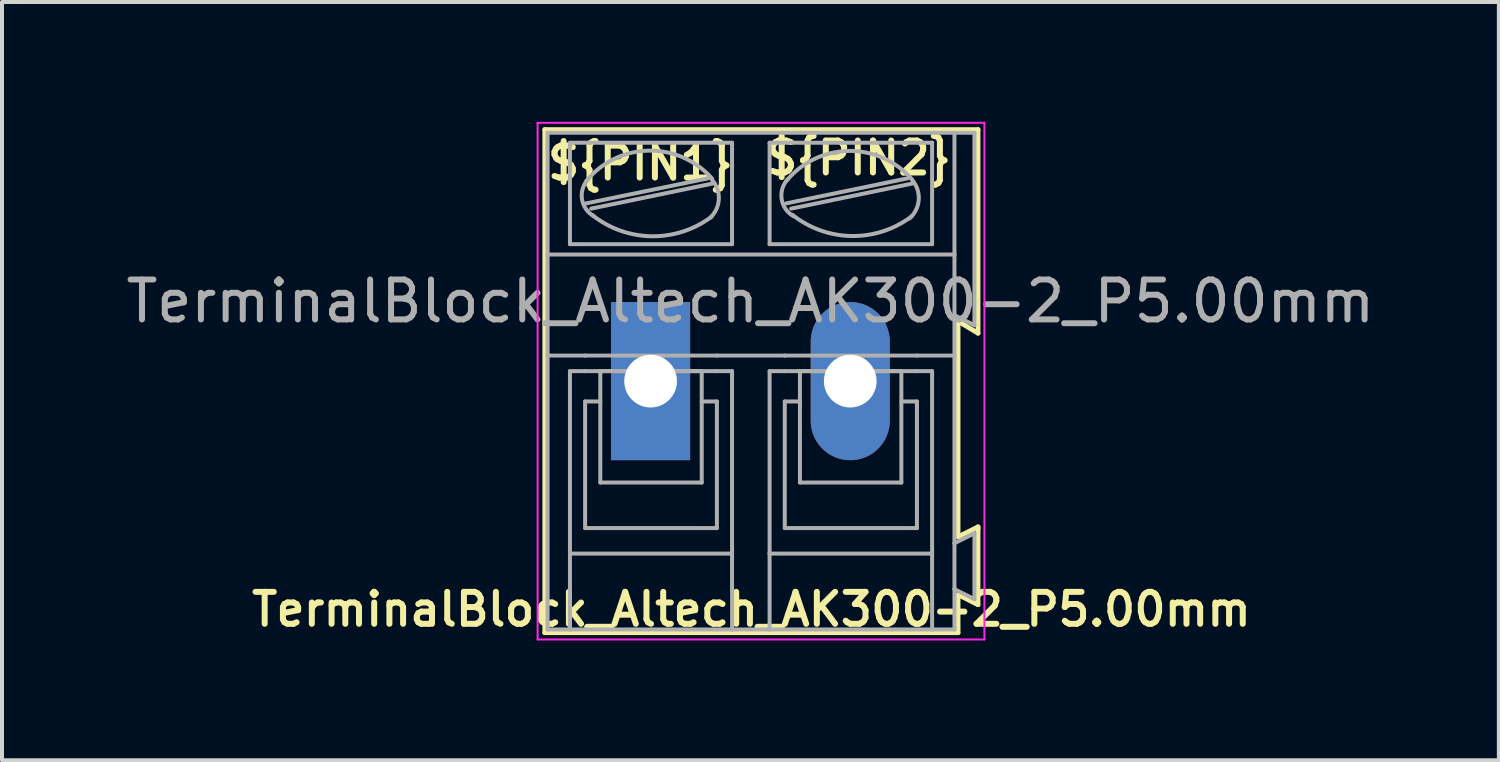
<source format=kicad_pcb>
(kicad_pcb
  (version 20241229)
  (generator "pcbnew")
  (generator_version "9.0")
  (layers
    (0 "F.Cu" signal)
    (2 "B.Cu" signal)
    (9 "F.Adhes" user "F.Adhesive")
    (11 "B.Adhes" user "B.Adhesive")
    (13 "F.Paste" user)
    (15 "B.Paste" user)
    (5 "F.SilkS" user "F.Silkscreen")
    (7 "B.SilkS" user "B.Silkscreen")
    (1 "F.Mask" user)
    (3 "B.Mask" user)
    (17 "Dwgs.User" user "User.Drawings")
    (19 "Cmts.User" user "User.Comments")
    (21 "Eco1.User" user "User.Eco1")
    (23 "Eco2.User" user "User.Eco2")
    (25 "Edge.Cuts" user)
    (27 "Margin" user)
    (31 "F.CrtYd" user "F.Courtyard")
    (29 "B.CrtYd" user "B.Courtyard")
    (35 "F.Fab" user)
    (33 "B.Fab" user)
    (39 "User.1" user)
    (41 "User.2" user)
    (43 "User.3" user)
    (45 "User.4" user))
  (footprint "TerminalBlock_Altech_AK300-2_P5.00mm"
    (layer "F.Cu")
    (at 13.244 6.495)
    (property "Reference" "TerminalBlock_Altech_AK300-2_P5.00mm" (at 2.525 5.715 0) (layer "F.SilkS") (effects (font (size 0.8 0.8) (thickness 0.15))))
    (attr through_hole)
    (fp_line (start -2.65 -6.3) (end -2.65 6.3) (stroke (width 0.12) (type solid)) (layer "F.SilkS"))
    (fp_line (start -2.65 6.3) (end 7.7 6.3) (stroke (width 0.12) (type solid)) (layer "F.SilkS"))
    (fp_line (start 7.7 -1.5) (end 8.2 -1.2) (stroke (width 0.12) (type solid)) (layer "F.SilkS"))
    (fp_line (start 7.7 3.9) (end 7.7 -1.5) (stroke (width 0.12) (type solid)) (layer "F.SilkS"))
    (fp_line (start 7.7 5.35) (end 8.2 5.6) (stroke (width 0.12) (type solid)) (layer "F.SilkS"))
    (fp_line (start 7.7 6.3) (end 7.7 5.35) (stroke (width 0.12) (type solid)) (layer "F.SilkS"))
    (fp_line (start 8.2 -6.3) (end -2.65 -6.3) (stroke (width 0.12) (type solid)) (layer "F.SilkS"))
    (fp_line (start 8.2 -1.2) (end 8.2 -6.3) (stroke (width 0.12) (type solid)) (layer "F.SilkS"))
    (fp_line (start 8.2 3.65) (end 7.7 3.9) (stroke (width 0.12) (type solid)) (layer "F.SilkS"))
    (fp_line (start 8.2 3.7) (end 8.2 3.65) (stroke (width 0.12) (type solid)) (layer "F.SilkS"))
    (fp_line (start 8.2 5.6) (end 8.2 3.7) (stroke (width 0.12) (type solid)) (layer "F.SilkS"))
    (fp_line (start -2.83 -6.47) (end -2.83 6.47) (stroke (width 0.05) (type solid)) (layer "F.CrtYd"))
    (fp_line (start -2.83 -6.47) (end 8.36 -6.47) (stroke (width 0.05) (type solid)) (layer "F.CrtYd"))
    (fp_line (start 8.36 6.47) (end -2.83 6.47) (stroke (width 0.05) (type solid)) (layer "F.CrtYd"))
    (fp_line (start 8.36 6.47) (end 8.36 -6.47) (stroke (width 0.05) (type solid)) (layer "F.CrtYd"))
    (fp_line (start -2.58 -3.17) (end -2.58 -6.22) (stroke (width 0.1) (type solid)) (layer "F.Fab"))
    (fp_line (start -2.58 -3.17) (end 7.61 -3.17) (stroke (width 0.1) (type solid)) (layer "F.Fab"))
    (fp_line (start -2.58 -0.64) (end -2.58 -3.17) (stroke (width 0.1) (type solid)) (layer "F.Fab"))
    (fp_line (start -2.58 -0.64) (end -1.64 -0.64) (stroke (width 0.1) (type solid)) (layer "F.Fab"))
    (fp_line (start -2.58 6.22) (end -2.58 -0.64) (stroke (width 0.1) (type solid)) (layer "F.Fab"))
    (fp_line (start -2.58 6.22) (end -2.02 6.22) (stroke (width 0.1) (type solid)) (layer "F.Fab"))
    (fp_line (start -2.02 -3.43) (end -2.02 -5.97) (stroke (width 0.1) (type solid)) (layer "F.Fab"))
    (fp_line (start -2.02 -0.25) (end -2.02 4.32) (stroke (width 0.1) (type solid)) (layer "F.Fab"))
    (fp_line (start -2.02 -0.25) (end -1.64 -0.25) (stroke (width 0.1) (type solid)) (layer "F.Fab"))
    (fp_line (start -2.02 4.32) (end -2.02 6.22) (stroke (width 0.1) (type solid)) (layer "F.Fab"))
    (fp_line (start -2.02 6.22) (end 2.04 6.22) (stroke (width 0.1) (type solid)) (layer "F.Fab"))
    (fp_line (start -1.64 -0.64) (end 1.66 -0.64) (stroke (width 0.1) (type solid)) (layer "F.Fab"))
    (fp_line (start -1.64 0.51) (end -1.26 0.51) (stroke (width 0.1) (type solid)) (layer "F.Fab"))
    (fp_line (start -1.64 3.68) (end -1.64 0.51) (stroke (width 0.1) (type solid)) (layer "F.Fab"))
    (fp_line (start -1.62 -4.45) (end 1.44 -5.08) (stroke (width 0.1) (type solid)) (layer "F.Fab"))
    (fp_line (start -1.49 -4.32) (end 1.56 -4.95) (stroke (width 0.1) (type solid)) (layer "F.Fab"))
    (fp_line (start -1.26 -0.25) (end 1.28 -0.25) (stroke (width 0.1) (type solid)) (layer "F.Fab"))
    (fp_line (start -1.26 2.54) (end -1.26 -0.25) (stroke (width 0.1) (type solid)) (layer "F.Fab"))
    (fp_line (start -1.26 2.54) (end 1.28 2.54) (stroke (width 0.1) (type solid)) (layer "F.Fab"))
    (fp_line (start 1.28 2.54) (end 1.28 -0.25) (stroke (width 0.1) (type solid)) (layer "F.Fab"))
    (fp_line (start 1.66 -0.64) (end 3.36 -0.64) (stroke (width 0.1) (type solid)) (layer "F.Fab"))
    (fp_line (start 1.66 -0.25) (end -1.64 -0.25) (stroke (width 0.1) (type solid)) (layer "F.Fab"))
    (fp_line (start 1.66 0.51) (end 1.28 0.51) (stroke (width 0.1) (type solid)) (layer "F.Fab"))
    (fp_line (start 1.66 3.68) (end -1.64 3.68) (stroke (width 0.1) (type solid)) (layer "F.Fab"))
    (fp_line (start 1.66 3.68) (end 1.66 0.51) (stroke (width 0.1) (type solid)) (layer "F.Fab"))
    (fp_line (start 2.04 -5.97) (end -2.02 -5.97) (stroke (width 0.1) (type solid)) (layer "F.Fab"))
    (fp_line (start 2.04 -3.43) (end -2.02 -3.43) (stroke (width 0.1) (type solid)) (layer "F.Fab"))
    (fp_line (start 2.04 -3.43) (end 2.04 -5.97) (stroke (width 0.1) (type solid)) (layer "F.Fab"))
    (fp_line (start 2.04 -0.25) (end 1.66 -0.25) (stroke (width 0.1) (type solid)) (layer "F.Fab"))
    (fp_line (start 2.04 4.32) (end -2.02 4.32) (stroke (width 0.1) (type solid)) (layer "F.Fab"))
    (fp_line (start 2.04 4.32) (end 2.04 -0.25) (stroke (width 0.1) (type solid)) (layer "F.Fab"))
    (fp_line (start 2.04 6.22) (end 2.04 4.32) (stroke (width 0.1) (type solid)) (layer "F.Fab"))
    (fp_line (start 2.04 6.22) (end 2.98 6.22) (stroke (width 0.1) (type solid)) (layer "F.Fab"))
    (fp_line (start 2.98 -5.97) (end 7.05 -5.97) (stroke (width 0.1) (type solid)) (layer "F.Fab"))
    (fp_line (start 2.98 -3.43) (end 2.98 -5.97) (stroke (width 0.1) (type solid)) (layer "F.Fab"))
    (fp_line (start 2.98 -0.25) (end 3.36 -0.25) (stroke (width 0.1) (type solid)) (layer "F.Fab"))
    (fp_line (start 2.98 4.32) (end 2.98 -0.25) (stroke (width 0.1) (type solid)) (layer "F.Fab"))
    (fp_line (start 2.98 4.32) (end 7.05 4.32) (stroke (width 0.1) (type solid)) (layer "F.Fab"))
    (fp_line (start 2.98 6.22) (end 2.98 4.32) (stroke (width 0.1) (type solid)) (layer "F.Fab"))
    (fp_line (start 2.98 6.22) (end 7.05 6.22) (stroke (width 0.1) (type solid)) (layer "F.Fab"))
    (fp_line (start 3.36 -0.25) (end 6.67 -0.25) (stroke (width 0.1) (type solid)) (layer "F.Fab"))
    (fp_line (start 3.36 0.51) (end 3.74 0.51) (stroke (width 0.1) (type solid)) (layer "F.Fab"))
    (fp_line (start 3.36 3.68) (end 3.36 0.51) (stroke (width 0.1) (type solid)) (layer "F.Fab"))
    (fp_line (start 3.39 -4.45) (end 6.44 -5.08) (stroke (width 0.1) (type solid)) (layer "F.Fab"))
    (fp_line (start 3.52 -4.32) (end 6.56 -4.95) (stroke (width 0.1) (type solid)) (layer "F.Fab"))
    (fp_line (start 3.74 -0.25) (end 6.28 -0.25) (stroke (width 0.1) (type solid)) (layer "F.Fab"))
    (fp_line (start 3.74 2.54) (end 3.74 -0.25) (stroke (width 0.1) (type solid)) (layer "F.Fab"))
    (fp_line (start 3.74 2.54) (end 6.28 2.54) (stroke (width 0.1) (type solid)) (layer "F.Fab"))
    (fp_line (start 6.28 2.54) (end 6.28 -0.25) (stroke (width 0.1) (type solid)) (layer "F.Fab"))
    (fp_line (start 6.67 -0.64) (end 3.36 -0.64) (stroke (width 0.1) (type solid)) (layer "F.Fab"))
    (fp_line (start 6.67 0.51) (end 6.28 0.51) (stroke (width 0.1) (type solid)) (layer "F.Fab"))
    (fp_line (start 6.67 3.68) (end 3.36 3.68) (stroke (width 0.1) (type solid)) (layer "F.Fab"))
    (fp_line (start 6.67 3.68) (end 6.67 0.51) (stroke (width 0.1) (type solid)) (layer "F.Fab"))
    (fp_line (start 7.05 -5.97) (end 7.05 -3.43) (stroke (width 0.1) (type solid)) (layer "F.Fab"))
    (fp_line (start 7.05 -3.43) (end 2.98 -3.43) (stroke (width 0.1) (type solid)) (layer "F.Fab"))
    (fp_line (start 7.05 -0.25) (end 6.67 -0.25) (stroke (width 0.1) (type solid)) (layer "F.Fab"))
    (fp_line (start 7.05 -0.25) (end 7.05 4.32) (stroke (width 0.1) (type solid)) (layer "F.Fab"))
    (fp_line (start 7.05 4.32) (end 7.05 6.22) (stroke (width 0.1) (type solid)) (layer "F.Fab"))
    (fp_line (start 7.05 6.22) (end 7.61 6.22) (stroke (width 0.1) (type solid)) (layer "F.Fab"))
    (fp_line (start 7.61 -6.22) (end -2.58 -6.22) (stroke (width 0.1) (type solid)) (layer "F.Fab"))
    (fp_line (start 7.61 -6.22) (end 7.61 -3.17) (stroke (width 0.1) (type solid)) (layer "F.Fab"))
    (fp_line (start 7.61 -6.22) (end 8.11 -6.22) (stroke (width 0.1) (type solid)) (layer "F.Fab"))
    (fp_line (start 7.61 -3.17) (end 7.61 -1.65) (stroke (width 0.1) (type solid)) (layer "F.Fab"))
    (fp_line (start 7.61 -1.65) (end 7.61 -0.64) (stroke (width 0.1) (type solid)) (layer "F.Fab"))
    (fp_line (start 7.61 -0.64) (end 6.67 -0.64) (stroke (width 0.1) (type solid)) (layer "F.Fab"))
    (fp_line (start 7.61 -0.64) (end 7.61 4.06) (stroke (width 0.1) (type solid)) (layer "F.Fab"))
    (fp_line (start 7.61 4.06) (end 7.61 5.21) (stroke (width 0.1) (type solid)) (layer "F.Fab"))
    (fp_line (start 7.61 5.21) (end 7.61 6.22) (stroke (width 0.1) (type solid)) (layer "F.Fab"))
    (fp_line (start 8.11 -6.22) (end 8.11 -1.4) (stroke (width 0.1) (type solid)) (layer "F.Fab"))
    (fp_line (start 8.11 -1.4) (end 7.61 -1.65) (stroke (width 0.1) (type solid)) (layer "F.Fab"))
    (fp_line (start 8.11 3.81) (end 7.61 4.06) (stroke (width 0.1) (type solid)) (layer "F.Fab"))
    (fp_line (start 8.11 3.81) (end 8.11 5.46) (stroke (width 0.1) (type solid)) (layer "F.Fab"))
    (fp_line (start 8.11 5.46) (end 7.61 5.21) (stroke (width 0.1) (type solid)) (layer "F.Fab"))
    (fp_arc (start -1.62 -5) (mid -0.05669 -5.772528) (end 1.539976 -5.071534) (stroke (width 0.1) (type solid)) (layer "F.Fab"))
    (fp_arc (start -1.42 -4.13) (mid -1.718466 -4.559406) (end -1.562972 -5.058699) (stroke (width 0.1) (type solid)) (layer "F.Fab"))
    (fp_arc (start 1.53 -5.05) (mid 1.708693 -4.558754) (end 1.485619 -4.086005) (stroke (width 0.1) (type solid)) (layer "F.Fab"))
    (fp_arc (start 1.53 -4.12) (mid 0.02849 -3.628196) (end -1.459829 -4.158582) (stroke (width 0.1) (type solid)) (layer "F.Fab"))
    (fp_arc (start 3.39 -5) (mid 4.949737 -5.764867) (end 6.538239 -5.061686) (stroke (width 0.1) (type solid)) (layer "F.Fab"))
    (fp_arc (start 3.58 -4.13) (mid 3.281534 -4.559406) (end 3.437028 -5.058699) (stroke (width 0.1) (type solid)) (layer "F.Fab"))
    (fp_arc (start 6.53 -4.12) (mid 5.030583 -3.634318) (end 3.547667 -4.168263) (stroke (width 0.1) (type solid)) (layer "F.Fab"))
    (fp_arc (start 6.54 -5.05) (mid 6.715733 -4.551652) (end 6.485532 -4.076005) (stroke (width 0.1) (type solid)) (layer "F.Fab"))
    (fp_text user "${PIN2}" (at 5.207 -5.588 0) (layer "F.SilkS") (effects (font (size 0.8 0.8) (thickness 0.15))))
    (fp_text user "${PIN1}" (at -0.254 -5.461 0) (layer "F.SilkS") (effects (font (size 0.8 0.8) (thickness 0.15))))
    (fp_text user "${REFERENCE}" (at 2.5 -2 0) (layer "F.Fab") (effects (font (size 1 1) (thickness 0.15))))
    (pad "1" thru_hole rect (at 0 0) (size 1.98 3.96) (drill 1.32) (layers "*.Cu" "*.Mask"))
    (pad "2" thru_hole oval (at 5 0) (size 1.98 3.96) (drill 1.32) (layers "*.Cu" "*.Mask")))
  (gr_rect
    (start -3 -3)
    (end 34.488 15.99)
    (stroke (width 0.1) (type default))
    (fill no)
    (layer "Edge.Cuts")))
</source>
